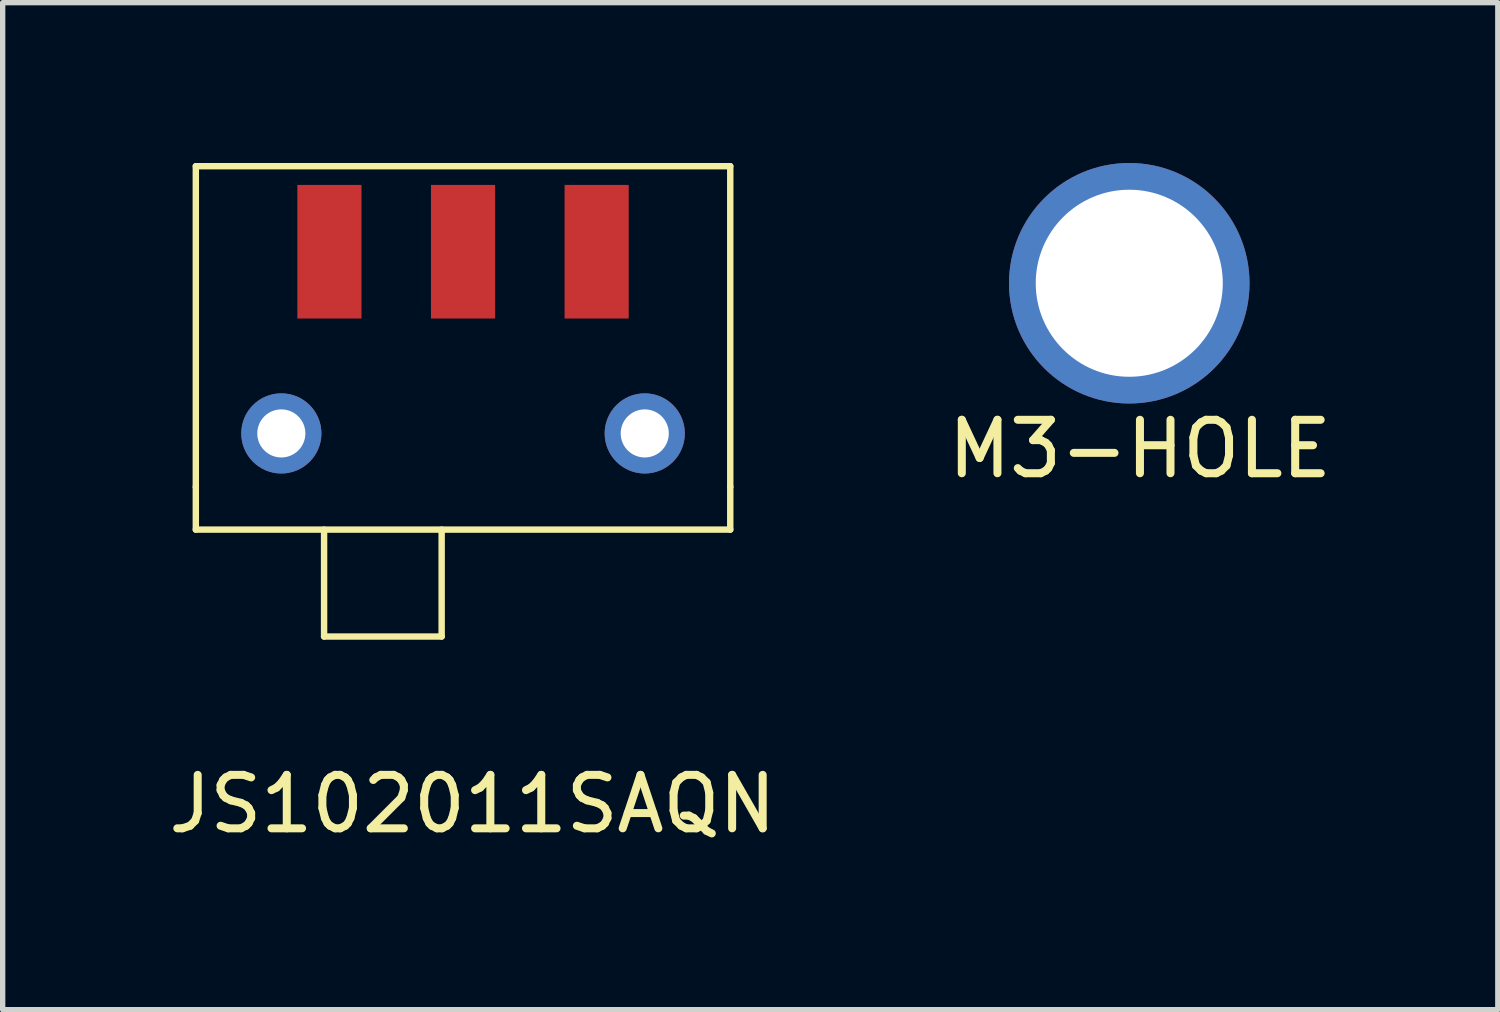
<source format=kicad_pcb>
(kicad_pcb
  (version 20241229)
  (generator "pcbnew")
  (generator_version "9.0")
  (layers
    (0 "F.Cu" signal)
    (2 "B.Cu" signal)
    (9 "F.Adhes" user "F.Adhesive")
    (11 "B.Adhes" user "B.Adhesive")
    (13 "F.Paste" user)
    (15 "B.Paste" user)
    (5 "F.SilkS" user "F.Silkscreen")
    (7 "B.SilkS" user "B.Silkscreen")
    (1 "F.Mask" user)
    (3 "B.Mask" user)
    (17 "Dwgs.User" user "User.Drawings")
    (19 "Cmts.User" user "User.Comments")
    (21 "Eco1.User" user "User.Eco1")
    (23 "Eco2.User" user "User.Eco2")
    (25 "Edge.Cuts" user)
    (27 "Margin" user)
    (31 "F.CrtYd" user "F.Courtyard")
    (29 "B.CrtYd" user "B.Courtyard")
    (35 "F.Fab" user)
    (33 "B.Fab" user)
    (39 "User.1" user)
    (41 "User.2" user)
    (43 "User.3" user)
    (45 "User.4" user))
  (footprint "M3-HOLE"
    (layer "F.Cu")
    (at 18.08 2.25)
    (property "Reference" "M3-HOLE" (at 0.2 3.1 0) (layer "F.SilkS") (effects (font (size 1 1) (thickness 0.15))))
    (attr through_hole)
    (pad "1" thru_hole circle (at 0 0) (size 4.5 4.5) (drill 3.5) (layers "*.Cu" "*.Mask")))
  (footprint "JS102011SAQN"
    (layer "F.Cu")
    (at 5.614 5.06)
    (property "Reference" "JS102011SAQN" (at 0.178 6.934 0) (layer "F.SilkS") (effects (font (size 1 1) (thickness 0.15))))
    (attr through_hole)
    (fp_line (start -5 -5) (end 5 -5) (stroke (width 0.12) (type solid)) (layer "F.SilkS"))
    (fp_line (start -5 1) (end -5 -5) (stroke (width 0.12) (type solid)) (layer "F.SilkS"))
    (fp_line (start -5 1.8) (end -5 1) (stroke (width 0.12) (type solid)) (layer "F.SilkS"))
    (fp_line (start -2.6 1.8) (end -2.6 3.8) (stroke (width 0.12) (type solid)) (layer "F.SilkS"))
    (fp_line (start -2.6 3.8) (end -0.4 3.8) (stroke (width 0.12) (type solid)) (layer "F.SilkS"))
    (fp_line (start -0.4 3.8) (end -0.4 1.8) (stroke (width 0.12) (type solid)) (layer "F.SilkS"))
    (fp_line (start 5 -5) (end 5 1) (stroke (width 0.12) (type solid)) (layer "F.SilkS"))
    (fp_line (start 5 1) (end 5 1.8) (stroke (width 0.12) (type solid)) (layer "F.SilkS"))
    (fp_line (start 5 1.8) (end -5 1.8) (stroke (width 0.12) (type solid)) (layer "F.SilkS"))
    (pad "0" thru_hole circle (at -3.4 0) (size 1.5 1.5) (drill 0.9) (layers "*.Cu" "*.Mask"))
    (pad "0" thru_hole circle (at 3.4 0) (size 1.5 1.5) (drill 0.9) (layers "*.Cu" "*.Mask"))
    (pad "1" smd rect (at -2.5 -3.4) (size 1.2 2.5) (layers "F.Cu" "F.Mask" "F.Paste"))
    (pad "2" smd rect (at 0 -3.4) (size 1.2 2.5) (layers "F.Cu" "F.Mask" "F.Paste"))
    (pad "3" smd rect (at 2.5 -3.4) (size 1.2 2.5) (layers "F.Cu" "F.Mask" "F.Paste")))
  (gr_rect
    (start -3 -3)
    (end 24.976 15.842)
    (stroke (width 0.1) (type default))
    (fill no)
    (layer "Edge.Cuts")))
</source>
